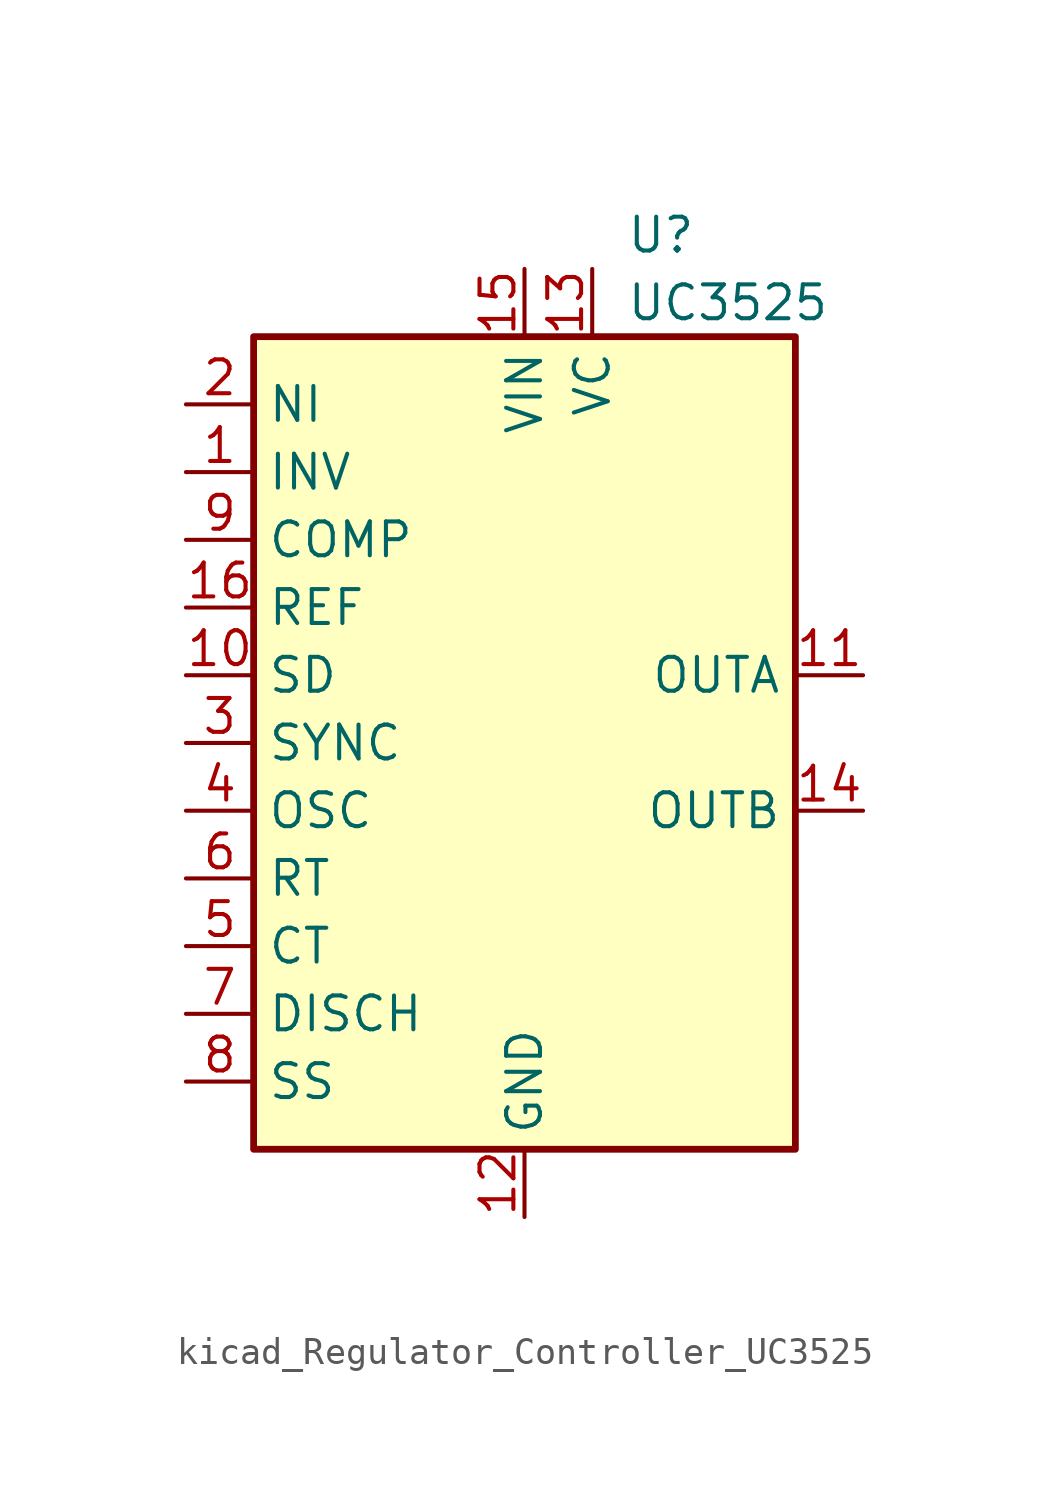
<source format=kicad_sym>
(kicad_symbol_lib
  (version 20220914)
  (generator kicad_symbol_editor)
  (symbol "kicad_Regulator_Controller_UC3525"
    (property "Reference" "U"
      (at 3.81 19.05 0)
      (effects (font (size 1.27 1.27)) (justify left)))
    (property "Value" "UC3525"
      (at 3.81 16.51 0)
      (effects (font (size 1.27 1.27)) (justify left)))
    (symbol "kicad_Regulator_Controller_UC3525_0_1"
      (rectangle (start -10.16 -15.24) (end 10.16 15.24) (stroke (width 0.254) (type default)) (fill (type background))))
    (symbol "kicad_Regulator_Controller_UC3525_1_1"
      (pin input line (at -12.7 10.16 0) (length 2.54) (name "INV" (effects (font (size 1.27 1.27)))) (number "1" (effects (font (size 1.27 1.27)))))
      (pin passive line (at -12.7 2.54 0) (length 2.54) (name "SD" (effects (font (size 1.27 1.27)))) (number "10" (effects (font (size 1.27 1.27)))))
      (pin output line (at 12.7 2.54 180) (length 2.54) (name "OUTA" (effects (font (size 1.27 1.27)))) (number "11" (effects (font (size 1.27 1.27)))))
      (pin power_in line (at 0 -17.78 90) (length 2.54) (name "GND" (effects (font (size 1.27 1.27)))) (number "12" (effects (font (size 1.27 1.27)))))
      (pin power_in line (at 2.54 17.78 270) (length 2.54) (name "VC" (effects (font (size 1.27 1.27)))) (number "13" (effects (font (size 1.27 1.27)))))
      (pin output line (at 12.7 -2.54 180) (length 2.54) (name "OUTB" (effects (font (size 1.27 1.27)))) (number "14" (effects (font (size 1.27 1.27)))))
      (pin power_in line (at 0 17.78 270) (length 2.54) (name "VIN" (effects (font (size 1.27 1.27)))) (number "15" (effects (font (size 1.27 1.27)))))
      (pin power_in line (at -12.7 5.08 0) (length 2.54) (name "REF" (effects (font (size 1.27 1.27)))) (number "16" (effects (font (size 1.27 1.27)))))
      (pin input line (at -12.7 12.7 0) (length 2.54) (name "NI" (effects (font (size 1.27 1.27)))) (number "2" (effects (font (size 1.27 1.27)))))
      (pin passive line (at -12.7 0 0) (length 2.54) (name "SYNC" (effects (font (size 1.27 1.27)))) (number "3" (effects (font (size 1.27 1.27)))))
      (pin output line (at -12.7 -2.54 0) (length 2.54) (name "OSC" (effects (font (size 1.27 1.27)))) (number "4" (effects (font (size 1.27 1.27)))))
      (pin passive line (at -12.7 -7.62 0) (length 2.54) (name "CT" (effects (font (size 1.27 1.27)))) (number "5" (effects (font (size 1.27 1.27)))))
      (pin passive line (at -12.7 -5.08 0) (length 2.54) (name "RT" (effects (font (size 1.27 1.27)))) (number "6" (effects (font (size 1.27 1.27)))))
      (pin open_collector line (at -12.7 -10.16 0) (length 2.54) (name "DISCH" (effects (font (size 1.27 1.27)))) (number "7" (effects (font (size 1.27 1.27)))))
      (pin passive line (at -12.7 -12.7 0) (length 2.54) (name "SS" (effects (font (size 1.27 1.27)))) (number "8" (effects (font (size 1.27 1.27)))))
      (pin passive line (at -12.7 7.62 0) (length 2.54) (name "COMP" (effects (font (size 1.27 1.27)))) (number "9" (effects (font (size 1.27 1.27))))))))
</source>
